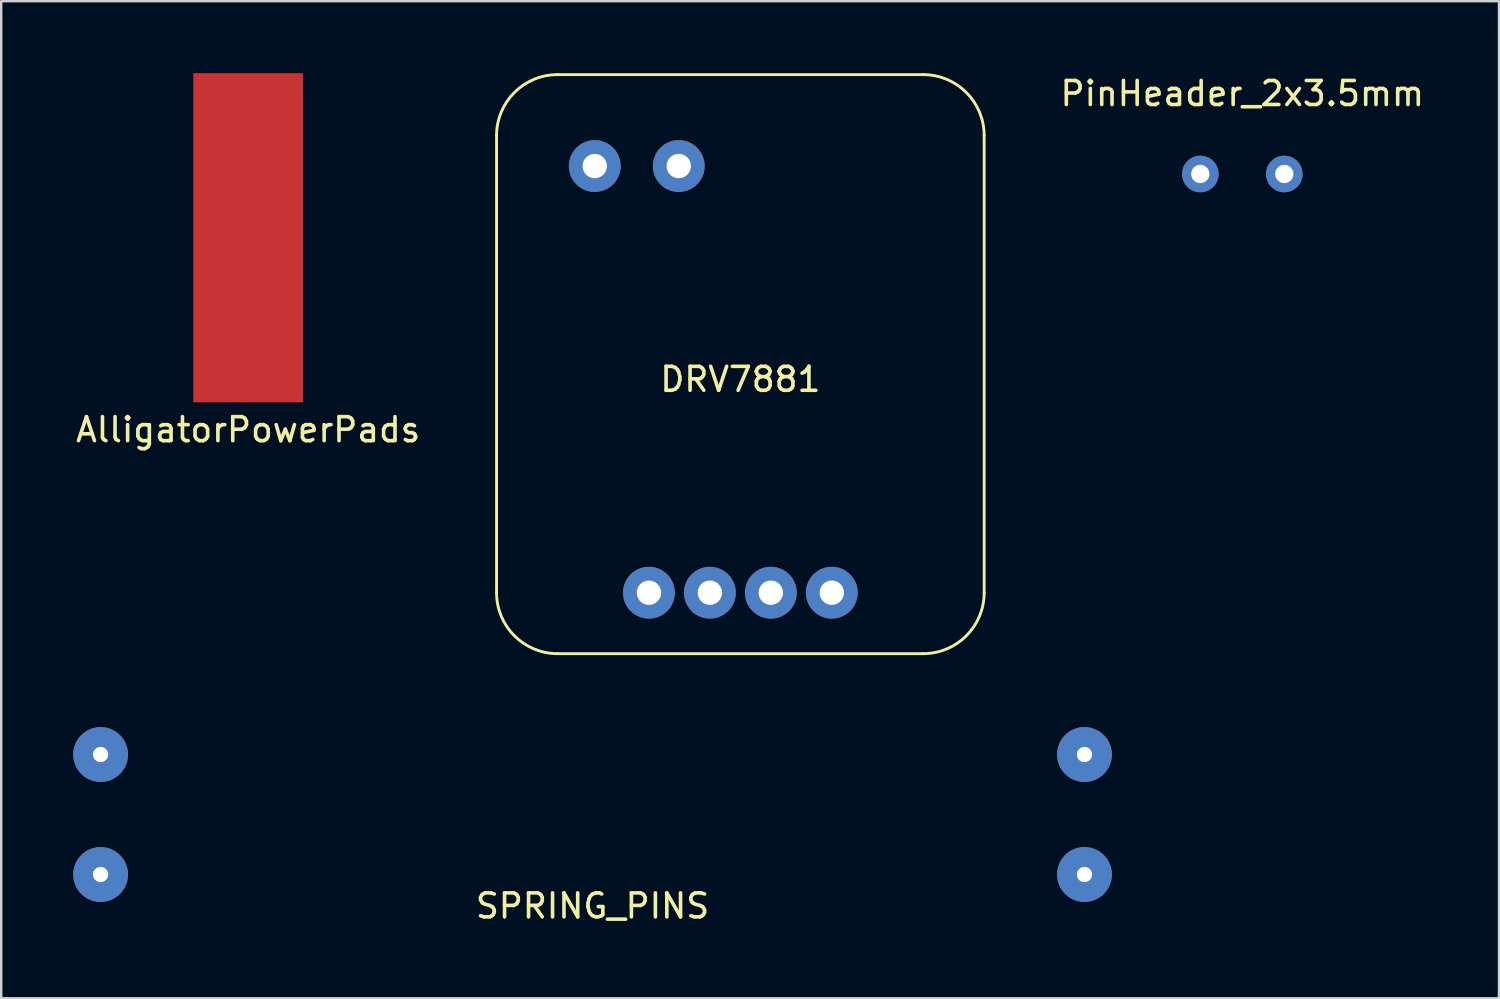
<source format=kicad_pcb>
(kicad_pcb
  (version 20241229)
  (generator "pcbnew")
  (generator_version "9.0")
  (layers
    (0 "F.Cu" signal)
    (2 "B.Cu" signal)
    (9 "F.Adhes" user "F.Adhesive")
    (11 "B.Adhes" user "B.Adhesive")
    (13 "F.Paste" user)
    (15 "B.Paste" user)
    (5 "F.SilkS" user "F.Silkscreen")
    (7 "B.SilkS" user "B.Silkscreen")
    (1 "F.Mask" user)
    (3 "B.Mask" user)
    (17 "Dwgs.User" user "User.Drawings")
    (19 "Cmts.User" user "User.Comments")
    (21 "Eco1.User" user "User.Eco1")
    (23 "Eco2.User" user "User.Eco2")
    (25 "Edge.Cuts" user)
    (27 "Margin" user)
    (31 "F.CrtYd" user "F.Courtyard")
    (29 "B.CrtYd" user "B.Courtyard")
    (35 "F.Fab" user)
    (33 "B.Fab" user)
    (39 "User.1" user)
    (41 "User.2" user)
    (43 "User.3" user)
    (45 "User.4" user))
  (footprint "PinHeader_2x3.5mm"
    (layer "F.Cu")
    (at 48.72 4.201)
    (property "Reference" "PinHeader_2x3.5mm" (at 0 -3.353 0) (layer "F.SilkS") (effects (font (size 1 1) (thickness 0.15))))
    (attr through_hole)
    (pad "1" thru_hole circle (at -1.75 0) (size 1.524 1.524) (drill 0.762) (layers "*.Cu" "*.Mask"))
    (pad "2" thru_hole circle (at 1.75 0) (size 1.524 1.524) (drill 0.762) (layers "*.Cu" "*.Mask")))
  (footprint "DRV7881"
    (layer "F.Cu")
    (at 27.803 21.65)
    (property "Reference" "DRV7881" (at 0 -8.89 0) (layer "F.SilkS") (effects (font (size 1 1) (thickness 0.15))))
    (attr through_hole)
    (fp_line (start -10.16 0) (end -10.16 -19.05) (stroke (width 0.12) (type solid)) (layer "F.SilkS"))
    (fp_line (start -7.62 -21.59) (end 7.62 -21.59) (stroke (width 0.12) (type solid)) (layer "F.SilkS"))
    (fp_line (start -7.62 2.54) (end 7.62 2.54) (stroke (width 0.12) (type solid)) (layer "F.SilkS"))
    (fp_line (start 10.16 -19.05) (end 10.16 0) (stroke (width 0.12) (type solid)) (layer "F.SilkS"))
    (fp_arc (start -10.16 -19.05) (mid -9.416051 -20.846051) (end -7.62 -21.59) (stroke (width 0.12) (type solid)) (layer "F.SilkS"))
    (fp_arc (start -7.62 2.54) (mid -9.416051 1.796051) (end -10.16 0) (stroke (width 0.12) (type solid)) (layer "F.SilkS"))
    (fp_arc (start 7.62 -21.59) (mid 9.416051 -20.846051) (end 10.16 -19.05) (stroke (width 0.12) (type solid)) (layer "F.SilkS"))
    (fp_arc (start 10.16 0) (mid 9.416051 1.796051) (end 7.62 2.54) (stroke (width 0.12) (type solid)) (layer "F.SilkS"))
    (pad "1" thru_hole circle (at -3.81 0) (size 2.159 2.159) (drill 1.016) (layers "*.Cu" "*.Mask"))
    (pad "2" thru_hole circle (at -1.27 0) (size 2.159 2.159) (drill 1.016) (layers "*.Cu" "*.Mask"))
    (pad "3" thru_hole circle (at 1.27 0) (size 2.159 2.159) (drill 1.016) (layers "*.Cu" "*.Mask"))
    (pad "4" thru_hole circle (at 3.81 0) (size 2.159 2.159) (drill 1.016) (layers "*.Cu" "*.Mask"))
    (pad "5" thru_hole circle (at -2.568 -17.78) (size 2.159 2.159) (drill 1.016) (layers "*.Cu" "*.Mask"))
    (pad "6" thru_hole circle (at -6.068 -17.78) (size 2.159 2.159) (drill 1.016) (layers "*.Cu" "*.Mask")))
  (footprint "AlligatorPowerPads"
    (layer "F.Cu")
    (at 7.292 6.858)
    (property "Reference" "AlligatorPowerPads" (at 0 8 0) (layer "F.SilkS") (effects (font (size 1 1) (thickness 0.15))))
    (attr through_hole)
    (pad "1" smd rect (at 0 0) (size 4.572 13.716) (layers "F.Cu" "F.Mask" "F.Paste")))
  (footprint "SPRING_PINS"
    (layer "F.Cu")
    (at 21.643 30.893)
    (property "Reference" "SPRING_PINS" (at 0 3.81 0) (layer "F.SilkS") (effects (font (size 1 1) (thickness 0.15))))
    (attr through_hole)
    (pad "1" thru_hole circle (at -20.5 -2.5) (size 2.286 2.286) (drill 0.635) (layers "*.Cu" "*.Mask"))
    (pad "2" thru_hole circle (at -20.5 2.5) (size 2.286 2.286) (drill 0.635) (layers "*.Cu" "*.Mask"))
    (pad "3" thru_hole circle (at 20.5 -2.5) (size 2.286 2.286) (drill 0.635) (layers "*.Cu" "*.Mask"))
    (pad "4" thru_hole circle (at 20.5 2.5) (size 2.286 2.286) (drill 0.635) (layers "*.Cu" "*.Mask")))
  (gr_rect
    (start -3 -3)
    (end 59.416 38.551)
    (stroke (width 0.1) (type default))
    (fill no)
    (layer "Edge.Cuts")))
</source>
